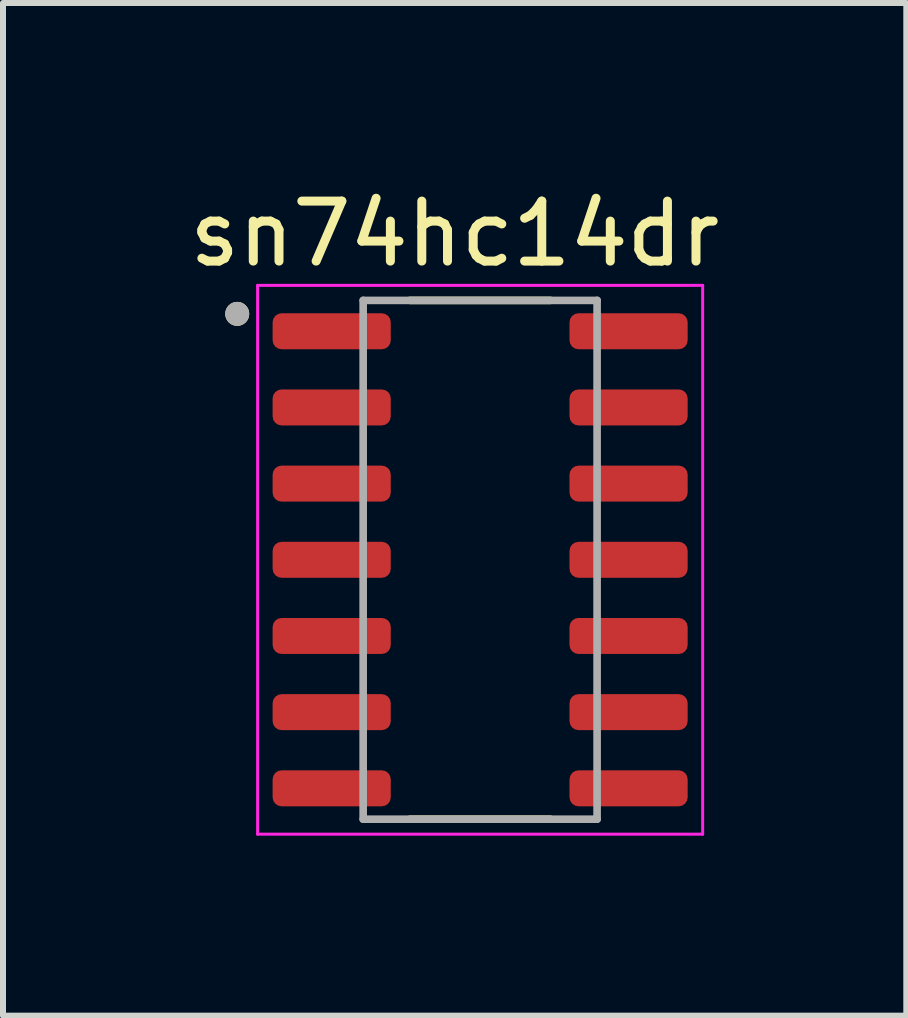
<source format=kicad_pcb>
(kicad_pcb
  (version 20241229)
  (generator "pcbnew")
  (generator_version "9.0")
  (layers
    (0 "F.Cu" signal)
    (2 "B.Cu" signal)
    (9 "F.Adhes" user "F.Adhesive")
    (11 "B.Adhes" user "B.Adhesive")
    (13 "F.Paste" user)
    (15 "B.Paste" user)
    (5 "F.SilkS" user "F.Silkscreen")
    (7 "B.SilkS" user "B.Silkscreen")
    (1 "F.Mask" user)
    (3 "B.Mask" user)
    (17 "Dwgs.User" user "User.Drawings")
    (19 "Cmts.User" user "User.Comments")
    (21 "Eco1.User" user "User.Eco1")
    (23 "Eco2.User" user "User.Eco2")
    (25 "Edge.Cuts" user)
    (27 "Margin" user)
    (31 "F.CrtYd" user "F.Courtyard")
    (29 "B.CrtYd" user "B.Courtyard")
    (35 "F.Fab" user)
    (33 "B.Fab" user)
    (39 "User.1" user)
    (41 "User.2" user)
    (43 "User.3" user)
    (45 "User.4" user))
  (footprint "sn74hc14dr"
    (layer "F.Cu")
    (at 4.955 6.283)
    (property "Reference" "sn74hc14dr" (at -0.425 -5.435 0) (layer "F.SilkS") (effects (font (size 1 1) (thickness 0.15))))
    (attr smd)
    (fp_line (start -1.17 -4.325) (end 1.17 -4.325) (stroke (width 0.127) (type solid)) (layer "F.SilkS"))
    (fp_line (start -1.17 4.325) (end 1.17 4.325) (stroke (width 0.127) (type solid)) (layer "F.SilkS"))
    (fp_circle (center -4.05 -4.1) (end -3.95 -4.1) (stroke (width 0.2) (type solid)) (fill no) (layer "F.SilkS"))
    (fp_line (start -3.71 -4.575) (end 3.71 -4.575) (stroke (width 0.05) (type solid)) (layer "F.CrtYd"))
    (fp_line (start -3.71 4.575) (end -3.71 -4.575) (stroke (width 0.05) (type solid)) (layer "F.CrtYd"))
    (fp_line (start 3.71 -4.575) (end 3.71 4.575) (stroke (width 0.05) (type solid)) (layer "F.CrtYd"))
    (fp_line (start 3.71 4.575) (end -3.71 4.575) (stroke (width 0.05) (type solid)) (layer "F.CrtYd"))
    (fp_line (start -1.95 -4.325) (end 1.95 -4.325) (stroke (width 0.127) (type solid)) (layer "F.Fab"))
    (fp_line (start -1.95 4.325) (end -1.95 -4.325) (stroke (width 0.127) (type solid)) (layer "F.Fab"))
    (fp_line (start 1.95 -4.325) (end 1.95 4.325) (stroke (width 0.127) (type solid)) (layer "F.Fab"))
    (fp_line (start 1.95 4.325) (end -1.95 4.325) (stroke (width 0.127) (type solid)) (layer "F.Fab"))
    (fp_circle (center -4.05 -4.1) (end -3.95 -4.1) (stroke (width 0.2) (type solid)) (fill no) (layer "F.Fab"))
    (pad "1" smd roundrect (at -2.475 -3.81) (size 1.97 0.6) (layers "F.Cu" "F.Mask" "F.Paste") (roundrect_rratio 0.25))
    (pad "2" smd roundrect (at -2.475 -2.54) (size 1.97 0.6) (layers "F.Cu" "F.Mask" "F.Paste") (roundrect_rratio 0.25))
    (pad "3" smd roundrect (at -2.475 -1.27) (size 1.97 0.6) (layers "F.Cu" "F.Mask" "F.Paste") (roundrect_rratio 0.25))
    (pad "4" smd roundrect (at -2.475 0) (size 1.97 0.6) (layers "F.Cu" "F.Mask" "F.Paste") (roundrect_rratio 0.25))
    (pad "5" smd roundrect (at -2.475 1.27) (size 1.97 0.6) (layers "F.Cu" "F.Mask" "F.Paste") (roundrect_rratio 0.25))
    (pad "6" smd roundrect (at -2.475 2.54) (size 1.97 0.6) (layers "F.Cu" "F.Mask" "F.Paste") (roundrect_rratio 0.25))
    (pad "7" smd roundrect (at -2.475 3.81) (size 1.97 0.6) (layers "F.Cu" "F.Mask" "F.Paste") (roundrect_rratio 0.25))
    (pad "8" smd roundrect (at 2.475 3.81) (size 1.97 0.6) (layers "F.Cu" "F.Mask" "F.Paste") (roundrect_rratio 0.25))
    (pad "9" smd roundrect (at 2.475 2.54) (size 1.97 0.6) (layers "F.Cu" "F.Mask" "F.Paste") (roundrect_rratio 0.25))
    (pad "10" smd roundrect (at 2.475 1.27) (size 1.97 0.6) (layers "F.Cu" "F.Mask" "F.Paste") (roundrect_rratio 0.25))
    (pad "11" smd roundrect (at 2.475 0) (size 1.97 0.6) (layers "F.Cu" "F.Mask" "F.Paste") (roundrect_rratio 0.25))
    (pad "12" smd roundrect (at 2.475 -1.27) (size 1.97 0.6) (layers "F.Cu" "F.Mask" "F.Paste") (roundrect_rratio 0.25))
    (pad "13" smd roundrect (at 2.475 -2.54) (size 1.97 0.6) (layers "F.Cu" "F.Mask" "F.Paste") (roundrect_rratio 0.25))
    (pad "14" smd roundrect (at 2.475 -3.81) (size 1.97 0.6) (layers "F.Cu" "F.Mask" "F.Paste") (roundrect_rratio 0.25)))
  (gr_rect
    (start -3 -3)
    (end 12.06 13.883)
    (stroke (width 0.1) (type default))
    (fill no)
    (layer "Edge.Cuts")))
</source>
